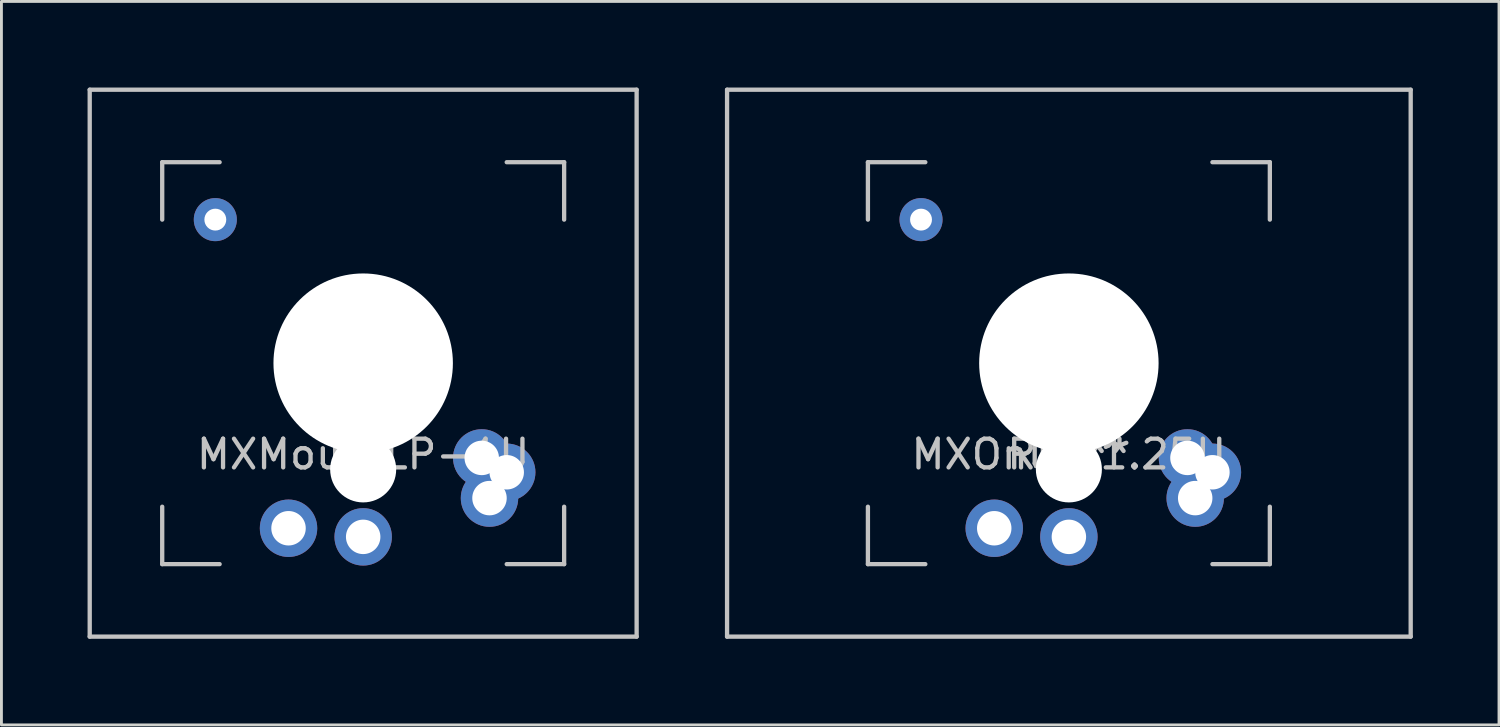
<source format=kicad_pcb>
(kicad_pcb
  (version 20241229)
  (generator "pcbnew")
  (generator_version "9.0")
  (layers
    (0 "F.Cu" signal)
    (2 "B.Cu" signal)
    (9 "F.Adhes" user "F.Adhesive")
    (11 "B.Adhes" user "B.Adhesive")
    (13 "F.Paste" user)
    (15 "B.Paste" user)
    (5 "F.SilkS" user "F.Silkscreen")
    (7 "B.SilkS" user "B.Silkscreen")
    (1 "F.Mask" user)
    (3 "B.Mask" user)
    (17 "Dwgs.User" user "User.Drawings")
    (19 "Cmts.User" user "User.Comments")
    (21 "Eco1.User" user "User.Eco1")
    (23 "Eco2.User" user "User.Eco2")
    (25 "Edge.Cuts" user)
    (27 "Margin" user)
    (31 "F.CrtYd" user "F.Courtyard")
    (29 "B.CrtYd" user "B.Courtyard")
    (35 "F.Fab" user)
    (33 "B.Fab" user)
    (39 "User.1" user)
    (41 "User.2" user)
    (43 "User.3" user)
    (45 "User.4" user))
  (footprint "MXMountLP-1U"
    (layer "F.Cu")
    (at 9.6 9.6)
    (property "Reference" "MXMountLP-1U" (at 0 3.175 0) (layer "Dwgs.User") (effects (font (size 1 1) (thickness 0.15))))
    (attr through_hole)
    (fp_line (start -9.525 -9.525) (end 9.525 -9.525) (stroke (width 0.15) (type solid)) (layer "Dwgs.User"))
    (fp_line (start -9.525 9.525) (end -9.525 -9.525) (stroke (width 0.15) (type solid)) (layer "Dwgs.User"))
    (fp_line (start -7 -7) (end -7 -5) (stroke (width 0.15) (type solid)) (layer "Dwgs.User"))
    (fp_line (start -7 5) (end -7 7) (stroke (width 0.15) (type solid)) (layer "Dwgs.User"))
    (fp_line (start -7 7) (end -5 7) (stroke (width 0.15) (type solid)) (layer "Dwgs.User"))
    (fp_line (start -5 -7) (end -7 -7) (stroke (width 0.15) (type solid)) (layer "Dwgs.User"))
    (fp_line (start 5 -7) (end 7 -7) (stroke (width 0.15) (type solid)) (layer "Dwgs.User"))
    (fp_line (start 5 7) (end 7 7) (stroke (width 0.15) (type solid)) (layer "Dwgs.User"))
    (fp_line (start 7 -7) (end 7 -5) (stroke (width 0.15) (type solid)) (layer "Dwgs.User"))
    (fp_line (start 7 7) (end 7 5) (stroke (width 0.15) (type solid)) (layer "Dwgs.User"))
    (fp_line (start 9.525 -9.525) (end 9.525 9.525) (stroke (width 0.15) (type solid)) (layer "Dwgs.User"))
    (fp_line (start 9.525 9.525) (end -9.525 9.525) (stroke (width 0.15) (type solid)) (layer "Dwgs.User"))
    (pad "" np_thru_hole circle (at 0 0 180) (size 6.25 6.25) (drill 6.25) (layers "*.Cu" "*.Mask"))
    (pad "" np_thru_hole circle (at 0 3.7 180) (size 2.3 2.3) (drill 2.3) (layers "*.Cu" "*.Mask"))
    (pad "1" thru_hole circle (at -2.6 5.75 41.9) (size 2 2) (drill 1.2) (layers "*.Cu" "*.Mask"))
    (pad "1" thru_hole circle (at 0 5.9) (size 1.2 1.2) (drill 0.762) (layers "*.Cu" "*.Mask"))
    (pad "1" thru_hole circle (at 0 6.05 180) (size 2 2) (drill 1.2) (layers "*.Cu" "*.Mask"))
    (pad "2" thru_hole circle (at 4.13 3.3 41.9) (size 2 2) (drill 1.2) (layers "*.Cu" "*.Mask"))
    (pad "2" thru_hole circle (at 4.4 4.7 41.9) (size 2 2) (drill 1.2) (layers "*.Cu" "*.Mask"))
    (pad "2" thru_hole circle (at 5 3.8) (size 2 2) (drill 1.2) (layers "*.Cu" "*.Mask"))
    (pad "3" thru_hole circle (at -5.15 -5) (size 1.5 1.5) (drill 0.762) (layers "*.Cu" "*.Mask")))
  (footprint "MXOnly-1.25U"
    (layer "F.Cu")
    (at 34.181 9.6)
    (property "Reference" "MXOnly-1.25U" (at 0 3.175 0) (layer "Dwgs.User") (effects (font (size 1 1) (thickness 0.15))))
    (attr through_hole)
    (fp_line (start -11.906 -9.525) (end 11.906 -9.525) (stroke (width 0.15) (type solid)) (layer "Dwgs.User"))
    (fp_line (start -11.906 9.525) (end -11.906 -9.525) (stroke (width 0.15) (type solid)) (layer "Dwgs.User"))
    (fp_line (start -11.906 9.525) (end 11.906 9.525) (stroke (width 0.15) (type solid)) (layer "Dwgs.User"))
    (fp_line (start -7 -7) (end -7 -5) (stroke (width 0.15) (type solid)) (layer "Dwgs.User"))
    (fp_line (start -7 5) (end -7 7) (stroke (width 0.15) (type solid)) (layer "Dwgs.User"))
    (fp_line (start -7 7) (end -5 7) (stroke (width 0.15) (type solid)) (layer "Dwgs.User"))
    (fp_line (start -5 -7) (end -7 -7) (stroke (width 0.15) (type solid)) (layer "Dwgs.User"))
    (fp_line (start 5 -7) (end 7 -7) (stroke (width 0.15) (type solid)) (layer "Dwgs.User"))
    (fp_line (start 5 7) (end 7 7) (stroke (width 0.15) (type solid)) (layer "Dwgs.User"))
    (fp_line (start 7 -7) (end 7 -5) (stroke (width 0.15) (type solid)) (layer "Dwgs.User"))
    (fp_line (start 7 7) (end 7 5) (stroke (width 0.15) (type solid)) (layer "Dwgs.User"))
    (fp_line (start 11.906 -9.525) (end 11.906 9.525) (stroke (width 0.15) (type solid)) (layer "Dwgs.User"))
    (fp_text user "REF**" (at 0 3.175 0) (layer "Dwgs.User") (effects (font (size 1 1) (thickness 0.15))))
    (pad "" np_thru_hole circle (at 0 0 180) (size 6.25 6.25) (drill 6.25) (layers "*.Cu" "*.Mask"))
    (pad "" np_thru_hole circle (at 0 3.7 180) (size 2.3 2.3) (drill 2.3) (layers "*.Cu" "*.Mask"))
    (pad "1" thru_hole circle (at -2.6 5.75 41.9) (size 2 2) (drill 1.2) (layers "*.Cu" "*.Mask"))
    (pad "1" thru_hole circle (at 0 5.9) (size 1.2 1.2) (drill 0.762) (layers "*.Cu" "*.Mask"))
    (pad "1" thru_hole circle (at 0 6.05 180) (size 2 2) (drill 1.2) (layers "*.Cu" "*.Mask"))
    (pad "2" thru_hole circle (at 4.13 3.3 41.9) (size 2 2) (drill 1.2) (layers "*.Cu" "*.Mask"))
    (pad "2" thru_hole circle (at 4.4 4.7 41.9) (size 2 2) (drill 1.2) (layers "*.Cu" "*.Mask"))
    (pad "2" thru_hole circle (at 5 3.8) (size 2 2) (drill 1.2) (layers "*.Cu" "*.Mask"))
    (pad "3" thru_hole circle (at -5.15 -5) (size 1.5 1.5) (drill 0.762) (layers "*.Cu" "*.Mask")))
  (gr_rect
    (start -3 -3)
    (end 49.163 22.2)
    (stroke (width 0.1) (type default))
    (fill no)
    (layer "Edge.Cuts")))
</source>
